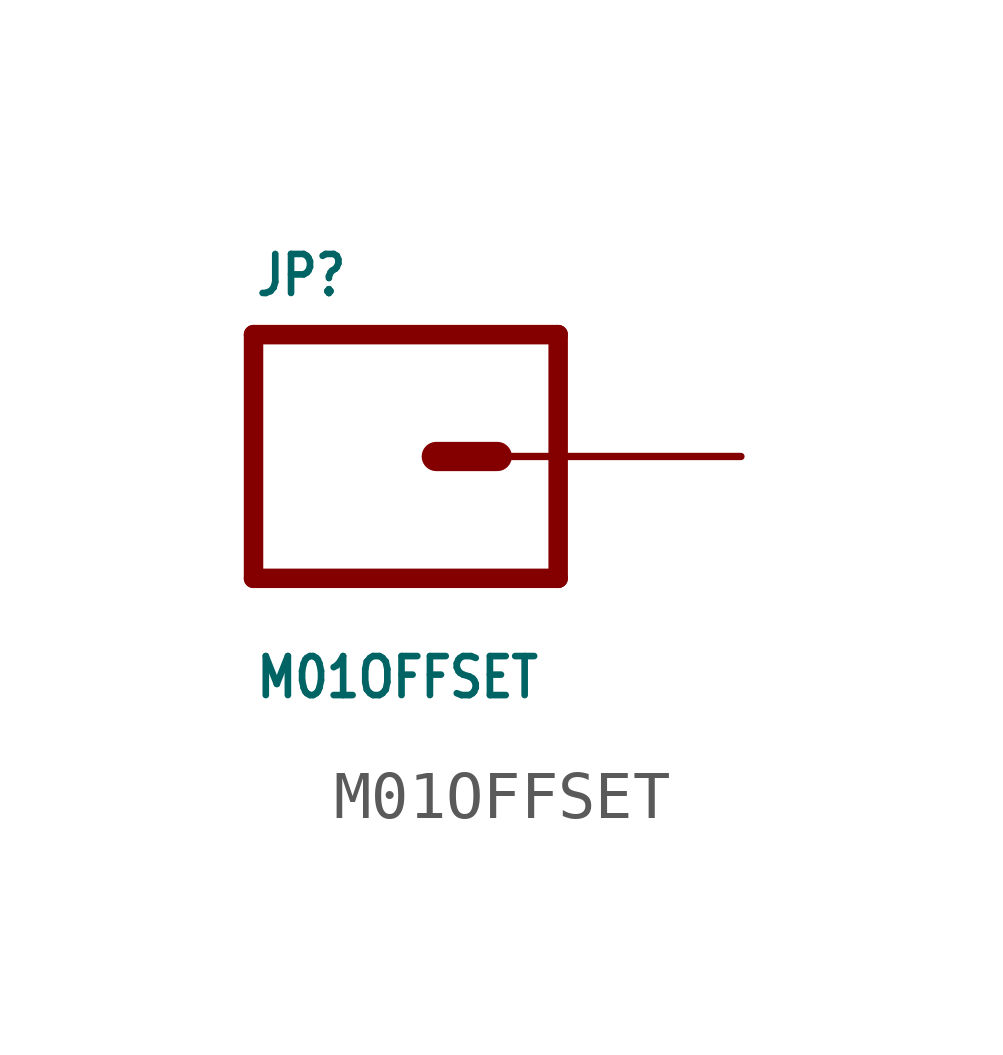
<source format=kicad_sym>
(kicad_symbol_lib
  (version 20211014)
  (generator kicad_symbol_editor)
  (symbol "M01OFFSET"
    (property "Reference" "JP"
      (at -2.54 3.302 0)
      (effects (font (size 0.813 0.691) bold) (justify left bottom)))
    (property "Value" "M01OFFSET"
      (at -2.54 -5.08 0)
      (effects (font (size 0.813 0.691) bold) (justify left bottom)))
    (property "ki_locked" ""
      (at 0 0 0)
      (effects (font (size 1.27 1.27))))
    (symbol "M01OFFSET_1_0"
      (polyline (pts (xy -2.54 2.54) (xy -2.54 -2.54)) (stroke (width 0.406) (type default) (color 0 0 0 0)) (fill (type none)))
      (polyline (pts (xy -2.54 2.54) (xy 3.81 2.54)) (stroke (width 0.406) (type default) (color 0 0 0 0)) (fill (type none)))
      (polyline (pts (xy 1.27 0) (xy 2.54 0)) (stroke (width 0.61) (type default) (color 0 0 0 0)) (fill (type none)))
      (polyline (pts (xy 3.81 -2.54) (xy -2.54 -2.54)) (stroke (width 0.406) (type default) (color 0 0 0 0)) (fill (type none)))
      (polyline (pts (xy 3.81 -2.54) (xy 3.81 2.54)) (stroke (width 0.406) (type default) (color 0 0 0 0)) (fill (type none)))
      (pin passive line (at 7.62 0 180) (length 5.08) (name "1" (effects (font (size 0 0)))) (number "1" (effects (font (size 0 0))))))))
</source>
